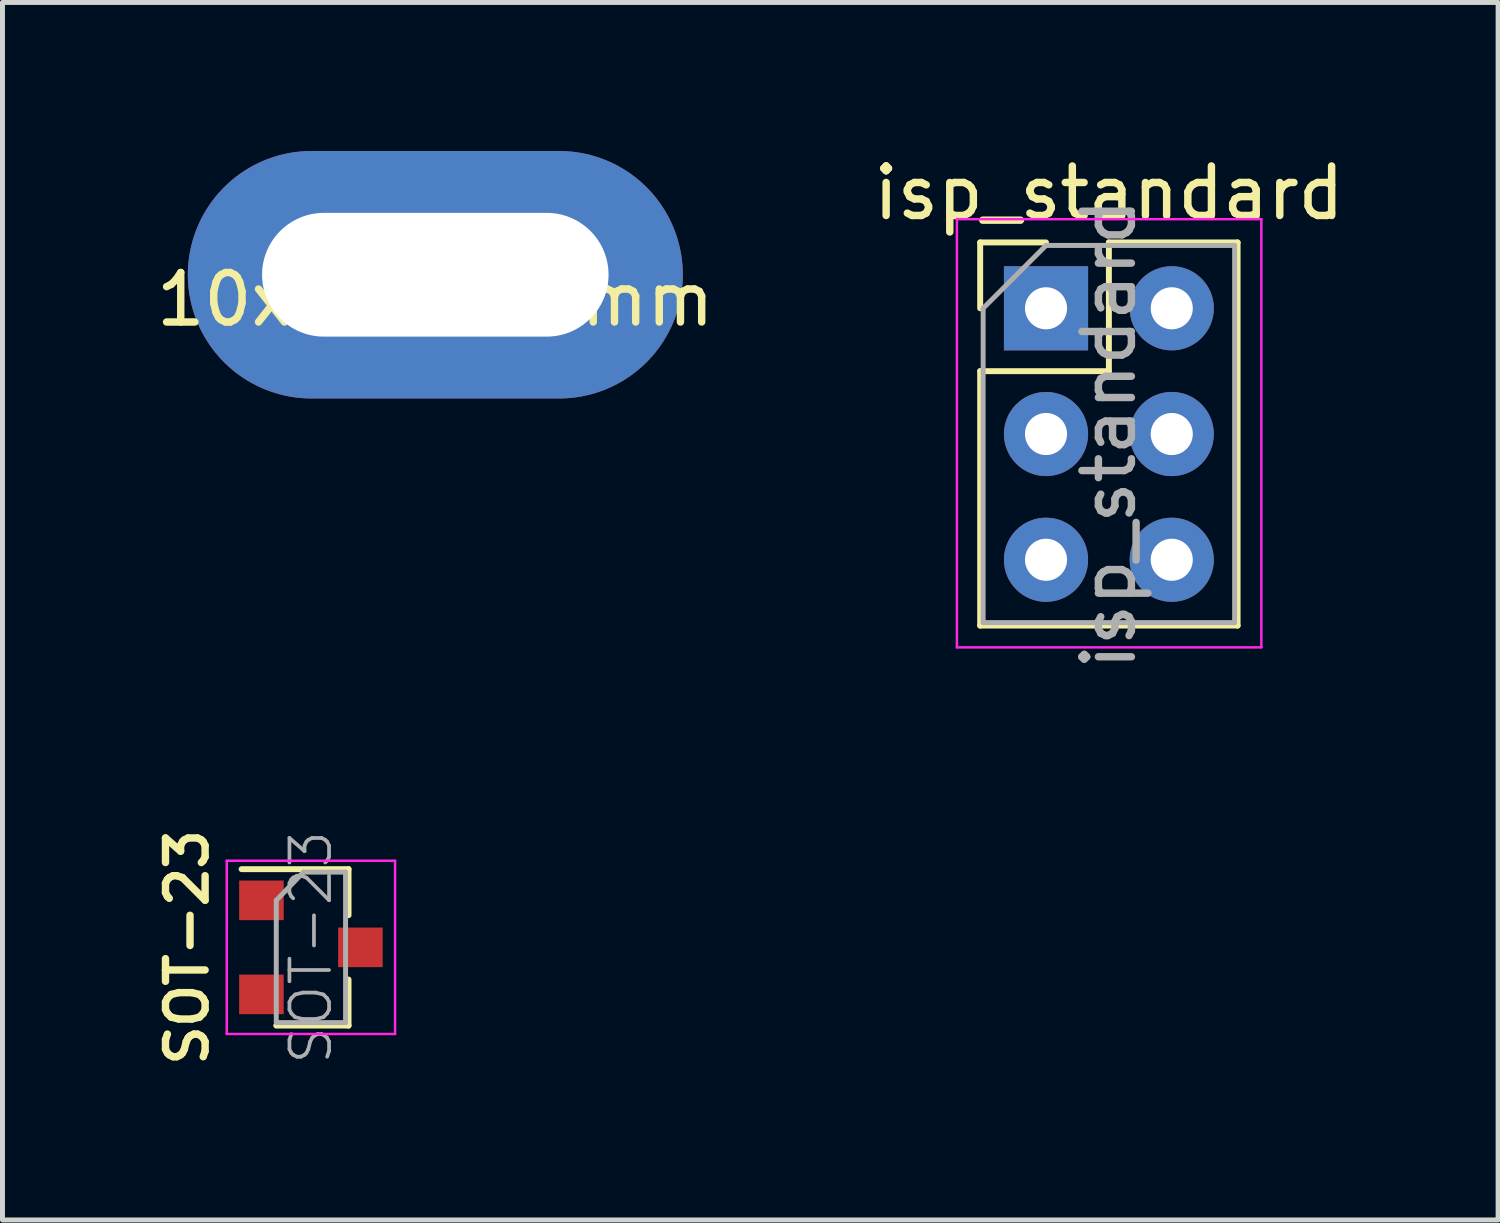
<source format=kicad_pcb>
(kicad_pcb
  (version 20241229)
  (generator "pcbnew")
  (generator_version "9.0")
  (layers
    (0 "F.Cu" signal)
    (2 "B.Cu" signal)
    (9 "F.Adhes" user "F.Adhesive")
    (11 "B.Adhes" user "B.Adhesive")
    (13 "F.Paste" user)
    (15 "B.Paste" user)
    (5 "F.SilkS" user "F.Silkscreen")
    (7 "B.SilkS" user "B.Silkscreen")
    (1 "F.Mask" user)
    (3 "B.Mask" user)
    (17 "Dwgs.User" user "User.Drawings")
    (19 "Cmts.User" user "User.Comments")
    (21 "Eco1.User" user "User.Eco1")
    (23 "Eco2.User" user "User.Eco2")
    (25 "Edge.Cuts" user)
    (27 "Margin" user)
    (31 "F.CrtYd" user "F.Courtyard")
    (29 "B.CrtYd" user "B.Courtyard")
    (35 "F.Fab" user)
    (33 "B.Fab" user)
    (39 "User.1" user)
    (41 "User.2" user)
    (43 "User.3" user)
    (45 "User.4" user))
  (footprint "10x5_7x2.5mm"
    (layer "F.Cu")
    (at 5.744 2.5)
    (property "Reference" "10x5_7x2.5mm" (at 0 0.5 0) (layer "F.SilkS") (effects (font (size 1 1) (thickness 0.15))))
    (attr through_hole)
    (pad "1" thru_hole oval (at 0 0) (size 10 5) (drill oval 7 2.5) (layers "*.Cu" "*.Mask")))
  (footprint "isp_standard"
    (layer "F.Cu")
    (at 19.351 5.718)
    (property "Reference" "isp_standard" (at 0 -4.87 180) (layer "F.SilkS") (effects (font (size 1 1) (thickness 0.15))))
    (attr through_hole)
    (fp_line (start -2.6 -3.87) (end -1.27 -3.87) (stroke (width 0.12) (type solid)) (layer "F.SilkS"))
    (fp_line (start -2.6 -2.54) (end -2.6 -3.87) (stroke (width 0.12) (type solid)) (layer "F.SilkS"))
    (fp_line (start -2.6 -1.27) (end -2.6 3.87) (stroke (width 0.12) (type solid)) (layer "F.SilkS"))
    (fp_line (start -2.6 -1.27) (end 0 -1.27) (stroke (width 0.12) (type solid)) (layer "F.SilkS"))
    (fp_line (start -2.6 3.87) (end 2.6 3.87) (stroke (width 0.12) (type solid)) (layer "F.SilkS"))
    (fp_line (start 0 -3.87) (end 2.6 -3.87) (stroke (width 0.12) (type solid)) (layer "F.SilkS"))
    (fp_line (start 0 -1.27) (end 0 -3.87) (stroke (width 0.12) (type solid)) (layer "F.SilkS"))
    (fp_line (start 2.6 -3.87) (end 2.6 3.87) (stroke (width 0.12) (type solid)) (layer "F.SilkS"))
    (fp_line (start -3.07 -4.34) (end -3.07 4.31) (stroke (width 0.05) (type solid)) (layer "F.CrtYd"))
    (fp_line (start -3.07 4.31) (end 3.08 4.31) (stroke (width 0.05) (type solid)) (layer "F.CrtYd"))
    (fp_line (start 3.08 -4.34) (end -3.07 -4.34) (stroke (width 0.05) (type solid)) (layer "F.CrtYd"))
    (fp_line (start 3.08 4.31) (end 3.08 -4.34) (stroke (width 0.05) (type solid)) (layer "F.CrtYd"))
    (fp_line (start -2.54 -2.54) (end -1.27 -3.81) (stroke (width 0.1) (type solid)) (layer "F.Fab"))
    (fp_line (start -2.54 3.81) (end -2.54 -2.54) (stroke (width 0.1) (type solid)) (layer "F.Fab"))
    (fp_line (start -1.27 -3.81) (end 2.54 -3.81) (stroke (width 0.1) (type solid)) (layer "F.Fab"))
    (fp_line (start 2.54 -3.81) (end 2.54 3.81) (stroke (width 0.1) (type solid)) (layer "F.Fab"))
    (fp_line (start 2.54 3.81) (end -2.54 3.81) (stroke (width 0.1) (type solid)) (layer "F.Fab"))
    (fp_text user "${REFERENCE}" (at 0 0 90) (layer "F.Fab") (effects (font (size 1 1) (thickness 0.15))))
    (pad "1" thru_hole rect (at -1.27 -2.54) (size 1.7 1.7) (drill 0.85) (layers "*.Cu" "*.Mask"))
    (pad "2" thru_hole oval (at 1.27 -2.54) (size 1.7 1.7) (drill 0.85) (layers "*.Cu" "*.Mask"))
    (pad "3" thru_hole oval (at -1.27 0) (size 1.7 1.7) (drill 0.85) (layers "*.Cu" "*.Mask"))
    (pad "4" thru_hole oval (at 1.27 0) (size 1.7 1.7) (drill 0.85) (layers "*.Cu" "*.Mask"))
    (pad "5" thru_hole oval (at -1.27 2.54) (size 1.7 1.7) (drill 0.85) (layers "*.Cu" "*.Mask"))
    (pad "6" thru_hole oval (at 1.27 2.54) (size 1.7 1.7) (drill 0.85) (layers "*.Cu" "*.Mask")))
  (footprint "SOT-23"
    (layer "F.Cu")
    (at 3.231 16.088)
    (property "Reference" "SOT-23" (at -2.5 0 90) (layer "F.SilkS") (effects (font (size 0.8 0.8) (thickness 0.15))))
    (attr smd)
    (fp_line (start 0.76 -1.58) (end -1.4 -1.58) (stroke (width 0.12) (type solid)) (layer "F.SilkS"))
    (fp_line (start 0.76 -1.58) (end 0.76 -0.65) (stroke (width 0.12) (type solid)) (layer "F.SilkS"))
    (fp_line (start 0.76 1.58) (end -0.7 1.58) (stroke (width 0.12) (type solid)) (layer "F.SilkS"))
    (fp_line (start 0.76 1.58) (end 0.76 0.65) (stroke (width 0.12) (type solid)) (layer "F.SilkS"))
    (fp_line (start -1.7 -1.75) (end 1.7 -1.75) (stroke (width 0.05) (type solid)) (layer "F.CrtYd"))
    (fp_line (start -1.7 1.75) (end -1.7 -1.75) (stroke (width 0.05) (type solid)) (layer "F.CrtYd"))
    (fp_line (start 1.7 -1.75) (end 1.7 1.75) (stroke (width 0.05) (type solid)) (layer "F.CrtYd"))
    (fp_line (start 1.7 1.75) (end -1.7 1.75) (stroke (width 0.05) (type solid)) (layer "F.CrtYd"))
    (fp_line (start -0.7 -0.95) (end -0.7 1.5) (stroke (width 0.1) (type solid)) (layer "F.Fab"))
    (fp_line (start -0.7 -0.95) (end -0.15 -1.52) (stroke (width 0.1) (type solid)) (layer "F.Fab"))
    (fp_line (start -0.7 1.52) (end 0.7 1.52) (stroke (width 0.1) (type solid)) (layer "F.Fab"))
    (fp_line (start -0.15 -1.52) (end 0.7 -1.52) (stroke (width 0.1) (type solid)) (layer "F.Fab"))
    (fp_line (start 0.7 -1.52) (end 0.7 1.52) (stroke (width 0.1) (type solid)) (layer "F.Fab"))
    (fp_text user "${REFERENCE}" (at 0 0 90) (layer "F.Fab") (effects (font (size 0.8 0.8) (thickness 0.075))))
    (pad "1" smd rect (at -1 -0.95) (size 0.9 0.8) (layers "F.Cu" "F.Mask" "F.Paste"))
    (pad "2" smd rect (at -1 0.95) (size 0.9 0.8) (layers "F.Cu" "F.Mask" "F.Paste"))
    (pad "3" smd rect (at 1 0) (size 0.9 0.8) (layers "F.Cu" "F.Mask" "F.Paste")))
  (gr_rect
    (start -3 -3)
    (end 27.214 21.595)
    (stroke (width 0.1) (type default))
    (fill no)
    (layer "Edge.Cuts")))
</source>
